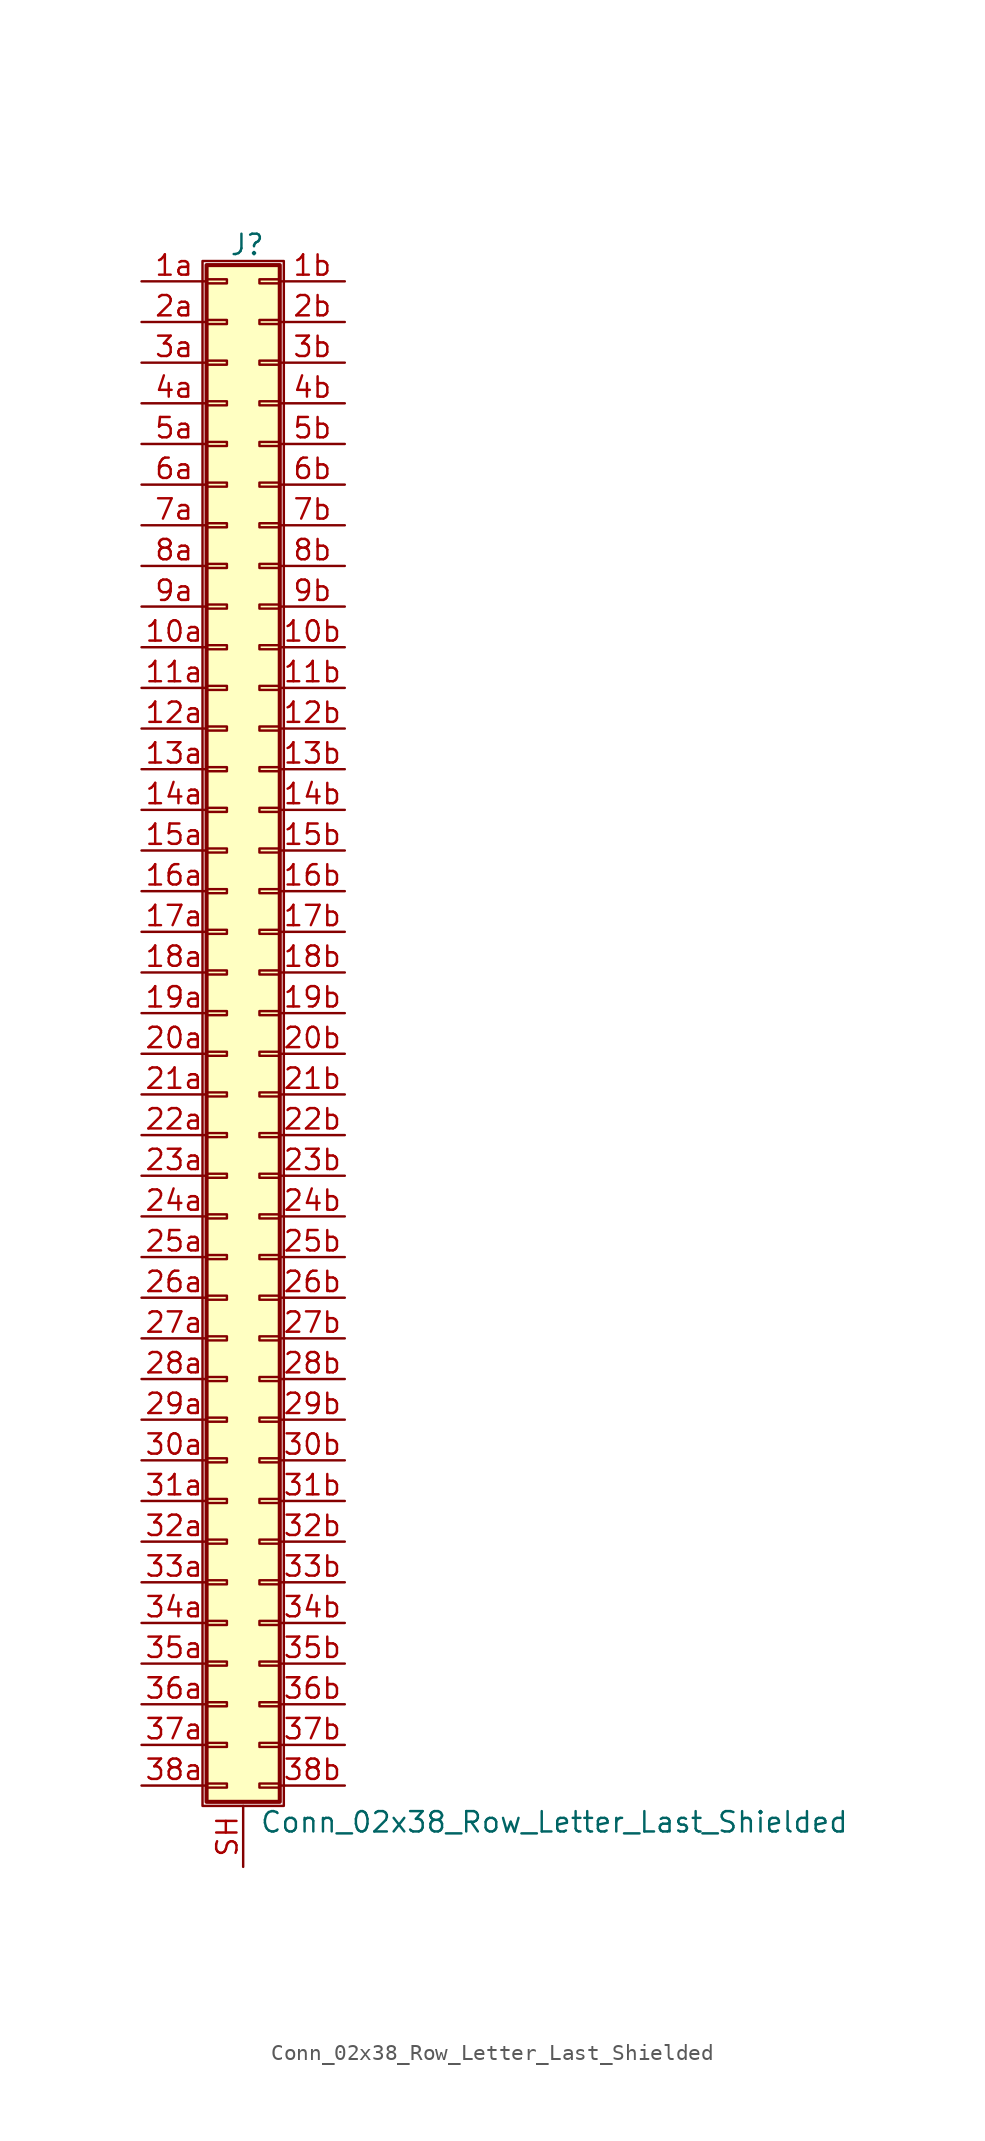
<source format=kicad_sym>
(kicad_symbol_lib
  (version 20211014)
  (generator kicad_symbol_editor)
  (symbol "Conn_02x38_Row_Letter_Last_Shielded"
    (pin_names
      (offset 1.016) hide)
    (property "Reference" "J"
      (at 1.524 48.006 0)
      (effects (font (size 1.27 1.27))))
    (property "Value" "Conn_02x38_Row_Letter_Last_Shielded"
      (at 2.286 -50.546 0)
      (effects (font (size 1.27 1.27)) (justify left)))
    (symbol "Conn_02x38_Row_Letter_Last_Shielded_1_1"
      (rectangle (start -1.27 46.99) (end 3.81 -49.53) (stroke (width 0.152) (type default) (color 0 0 0 0)) (fill (type none)))
      (rectangle (start -1.016 -48.133) (end 0.254 -48.387) (stroke (width 0.152) (type default) (color 0 0 0 0)) (fill (type none)))
      (rectangle (start -1.016 -45.593) (end 0.254 -45.847) (stroke (width 0.152) (type default) (color 0 0 0 0)) (fill (type none)))
      (rectangle (start -1.016 -43.053) (end 0.254 -43.307) (stroke (width 0.152) (type default) (color 0 0 0 0)) (fill (type none)))
      (rectangle (start -1.016 -40.513) (end 0.254 -40.767) (stroke (width 0.152) (type default) (color 0 0 0 0)) (fill (type none)))
      (rectangle (start -1.016 -37.973) (end 0.254 -38.227) (stroke (width 0.152) (type default) (color 0 0 0 0)) (fill (type none)))
      (rectangle (start -1.016 -35.433) (end 0.254 -35.687) (stroke (width 0.152) (type default) (color 0 0 0 0)) (fill (type none)))
      (rectangle (start -1.016 -32.893) (end 0.254 -33.147) (stroke (width 0.152) (type default) (color 0 0 0 0)) (fill (type none)))
      (rectangle (start -1.016 -30.353) (end 0.254 -30.607) (stroke (width 0.152) (type default) (color 0 0 0 0)) (fill (type none)))
      (rectangle (start -1.016 -27.813) (end 0.254 -28.067) (stroke (width 0.152) (type default) (color 0 0 0 0)) (fill (type none)))
      (rectangle (start -1.016 -25.273) (end 0.254 -25.527) (stroke (width 0.152) (type default) (color 0 0 0 0)) (fill (type none)))
      (rectangle (start -1.016 -22.733) (end 0.254 -22.987) (stroke (width 0.152) (type default) (color 0 0 0 0)) (fill (type none)))
      (rectangle (start -1.016 -20.193) (end 0.254 -20.447) (stroke (width 0.152) (type default) (color 0 0 0 0)) (fill (type none)))
      (rectangle (start -1.016 -17.653) (end 0.254 -17.907) (stroke (width 0.152) (type default) (color 0 0 0 0)) (fill (type none)))
      (rectangle (start -1.016 -15.113) (end 0.254 -15.367) (stroke (width 0.152) (type default) (color 0 0 0 0)) (fill (type none)))
      (rectangle (start -1.016 -12.573) (end 0.254 -12.827) (stroke (width 0.152) (type default) (color 0 0 0 0)) (fill (type none)))
      (rectangle (start -1.016 -10.033) (end 0.254 -10.287) (stroke (width 0.152) (type default) (color 0 0 0 0)) (fill (type none)))
      (rectangle (start -1.016 -7.493) (end 0.254 -7.747) (stroke (width 0.152) (type default) (color 0 0 0 0)) (fill (type none)))
      (rectangle (start -1.016 -4.953) (end 0.254 -5.207) (stroke (width 0.152) (type default) (color 0 0 0 0)) (fill (type none)))
      (rectangle (start -1.016 -2.413) (end 0.254 -2.667) (stroke (width 0.152) (type default) (color 0 0 0 0)) (fill (type none)))
      (rectangle (start -1.016 0.127) (end 0.254 -0.127) (stroke (width 0.152) (type default) (color 0 0 0 0)) (fill (type none)))
      (rectangle (start -1.016 2.667) (end 0.254 2.413) (stroke (width 0.152) (type default) (color 0 0 0 0)) (fill (type none)))
      (rectangle (start -1.016 5.207) (end 0.254 4.953) (stroke (width 0.152) (type default) (color 0 0 0 0)) (fill (type none)))
      (rectangle (start -1.016 7.747) (end 0.254 7.493) (stroke (width 0.152) (type default) (color 0 0 0 0)) (fill (type none)))
      (rectangle (start -1.016 10.287) (end 0.254 10.033) (stroke (width 0.152) (type default) (color 0 0 0 0)) (fill (type none)))
      (rectangle (start -1.016 12.827) (end 0.254 12.573) (stroke (width 0.152) (type default) (color 0 0 0 0)) (fill (type none)))
      (rectangle (start -1.016 15.367) (end 0.254 15.113) (stroke (width 0.152) (type default) (color 0 0 0 0)) (fill (type none)))
      (rectangle (start -1.016 17.907) (end 0.254 17.653) (stroke (width 0.152) (type default) (color 0 0 0 0)) (fill (type none)))
      (rectangle (start -1.016 20.447) (end 0.254 20.193) (stroke (width 0.152) (type default) (color 0 0 0 0)) (fill (type none)))
      (rectangle (start -1.016 22.987) (end 0.254 22.733) (stroke (width 0.152) (type default) (color 0 0 0 0)) (fill (type none)))
      (rectangle (start -1.016 25.527) (end 0.254 25.273) (stroke (width 0.152) (type default) (color 0 0 0 0)) (fill (type none)))
      (rectangle (start -1.016 28.067) (end 0.254 27.813) (stroke (width 0.152) (type default) (color 0 0 0 0)) (fill (type none)))
      (rectangle (start -1.016 30.607) (end 0.254 30.353) (stroke (width 0.152) (type default) (color 0 0 0 0)) (fill (type none)))
      (rectangle (start -1.016 33.147) (end 0.254 32.893) (stroke (width 0.152) (type default) (color 0 0 0 0)) (fill (type none)))
      (rectangle (start -1.016 35.687) (end 0.254 35.433) (stroke (width 0.152) (type default) (color 0 0 0 0)) (fill (type none)))
      (rectangle (start -1.016 38.227) (end 0.254 37.973) (stroke (width 0.152) (type default) (color 0 0 0 0)) (fill (type none)))
      (rectangle (start -1.016 40.767) (end 0.254 40.513) (stroke (width 0.152) (type default) (color 0 0 0 0)) (fill (type none)))
      (rectangle (start -1.016 43.307) (end 0.254 43.053) (stroke (width 0.152) (type default) (color 0 0 0 0)) (fill (type none)))
      (rectangle (start -1.016 45.847) (end 0.254 45.593) (stroke (width 0.152) (type default) (color 0 0 0 0)) (fill (type none)))
      (rectangle (start -1.016 46.736) (end 3.556 -49.276) (stroke (width 0.254) (type default) (color 0 0 0 0)) (fill (type background)))
      (rectangle (start 3.556 -48.133) (end 2.286 -48.387) (stroke (width 0.152) (type default) (color 0 0 0 0)) (fill (type none)))
      (rectangle (start 3.556 -45.593) (end 2.286 -45.847) (stroke (width 0.152) (type default) (color 0 0 0 0)) (fill (type none)))
      (rectangle (start 3.556 -43.053) (end 2.286 -43.307) (stroke (width 0.152) (type default) (color 0 0 0 0)) (fill (type none)))
      (rectangle (start 3.556 -40.513) (end 2.286 -40.767) (stroke (width 0.152) (type default) (color 0 0 0 0)) (fill (type none)))
      (rectangle (start 3.556 -37.973) (end 2.286 -38.227) (stroke (width 0.152) (type default) (color 0 0 0 0)) (fill (type none)))
      (rectangle (start 3.556 -35.433) (end 2.286 -35.687) (stroke (width 0.152) (type default) (color 0 0 0 0)) (fill (type none)))
      (rectangle (start 3.556 -32.893) (end 2.286 -33.147) (stroke (width 0.152) (type default) (color 0 0 0 0)) (fill (type none)))
      (rectangle (start 3.556 -30.353) (end 2.286 -30.607) (stroke (width 0.152) (type default) (color 0 0 0 0)) (fill (type none)))
      (rectangle (start 3.556 -27.813) (end 2.286 -28.067) (stroke (width 0.152) (type default) (color 0 0 0 0)) (fill (type none)))
      (rectangle (start 3.556 -25.273) (end 2.286 -25.527) (stroke (width 0.152) (type default) (color 0 0 0 0)) (fill (type none)))
      (rectangle (start 3.556 -22.733) (end 2.286 -22.987) (stroke (width 0.152) (type default) (color 0 0 0 0)) (fill (type none)))
      (rectangle (start 3.556 -20.193) (end 2.286 -20.447) (stroke (width 0.152) (type default) (color 0 0 0 0)) (fill (type none)))
      (rectangle (start 3.556 -17.653) (end 2.286 -17.907) (stroke (width 0.152) (type default) (color 0 0 0 0)) (fill (type none)))
      (rectangle (start 3.556 -15.113) (end 2.286 -15.367) (stroke (width 0.152) (type default) (color 0 0 0 0)) (fill (type none)))
      (rectangle (start 3.556 -12.573) (end 2.286 -12.827) (stroke (width 0.152) (type default) (color 0 0 0 0)) (fill (type none)))
      (rectangle (start 3.556 -10.033) (end 2.286 -10.287) (stroke (width 0.152) (type default) (color 0 0 0 0)) (fill (type none)))
      (rectangle (start 3.556 -7.493) (end 2.286 -7.747) (stroke (width 0.152) (type default) (color 0 0 0 0)) (fill (type none)))
      (rectangle (start 3.556 -4.953) (end 2.286 -5.207) (stroke (width 0.152) (type default) (color 0 0 0 0)) (fill (type none)))
      (rectangle (start 3.556 -2.413) (end 2.286 -2.667) (stroke (width 0.152) (type default) (color 0 0 0 0)) (fill (type none)))
      (rectangle (start 3.556 0.127) (end 2.286 -0.127) (stroke (width 0.152) (type default) (color 0 0 0 0)) (fill (type none)))
      (rectangle (start 3.556 2.667) (end 2.286 2.413) (stroke (width 0.152) (type default) (color 0 0 0 0)) (fill (type none)))
      (rectangle (start 3.556 5.207) (end 2.286 4.953) (stroke (width 0.152) (type default) (color 0 0 0 0)) (fill (type none)))
      (rectangle (start 3.556 7.747) (end 2.286 7.493) (stroke (width 0.152) (type default) (color 0 0 0 0)) (fill (type none)))
      (rectangle (start 3.556 10.287) (end 2.286 10.033) (stroke (width 0.152) (type default) (color 0 0 0 0)) (fill (type none)))
      (rectangle (start 3.556 12.827) (end 2.286 12.573) (stroke (width 0.152) (type default) (color 0 0 0 0)) (fill (type none)))
      (rectangle (start 3.556 15.367) (end 2.286 15.113) (stroke (width 0.152) (type default) (color 0 0 0 0)) (fill (type none)))
      (rectangle (start 3.556 17.907) (end 2.286 17.653) (stroke (width 0.152) (type default) (color 0 0 0 0)) (fill (type none)))
      (rectangle (start 3.556 20.447) (end 2.286 20.193) (stroke (width 0.152) (type default) (color 0 0 0 0)) (fill (type none)))
      (rectangle (start 3.556 22.987) (end 2.286 22.733) (stroke (width 0.152) (type default) (color 0 0 0 0)) (fill (type none)))
      (rectangle (start 3.556 25.527) (end 2.286 25.273) (stroke (width 0.152) (type default) (color 0 0 0 0)) (fill (type none)))
      (rectangle (start 3.556 28.067) (end 2.286 27.813) (stroke (width 0.152) (type default) (color 0 0 0 0)) (fill (type none)))
      (rectangle (start 3.556 30.607) (end 2.286 30.353) (stroke (width 0.152) (type default) (color 0 0 0 0)) (fill (type none)))
      (rectangle (start 3.556 33.147) (end 2.286 32.893) (stroke (width 0.152) (type default) (color 0 0 0 0)) (fill (type none)))
      (rectangle (start 3.556 35.687) (end 2.286 35.433) (stroke (width 0.152) (type default) (color 0 0 0 0)) (fill (type none)))
      (rectangle (start 3.556 38.227) (end 2.286 37.973) (stroke (width 0.152) (type default) (color 0 0 0 0)) (fill (type none)))
      (rectangle (start 3.556 40.767) (end 2.286 40.513) (stroke (width 0.152) (type default) (color 0 0 0 0)) (fill (type none)))
      (rectangle (start 3.556 43.307) (end 2.286 43.053) (stroke (width 0.152) (type default) (color 0 0 0 0)) (fill (type none)))
      (rectangle (start 3.556 45.847) (end 2.286 45.593) (stroke (width 0.152) (type default) (color 0 0 0 0)) (fill (type none)))
      (pin passive line (at -5.08 22.86 0) (length 4.064) (name "Pin_10a" (effects (font (size 1.27 1.27)))) (number "10a" (effects (font (size 1.27 1.27)))))
      (pin passive line (at 7.62 22.86 180) (length 4.064) (name "Pin_10b" (effects (font (size 1.27 1.27)))) (number "10b" (effects (font (size 1.27 1.27)))))
      (pin passive line (at -5.08 20.32 0) (length 4.064) (name "Pin_11a" (effects (font (size 1.27 1.27)))) (number "11a" (effects (font (size 1.27 1.27)))))
      (pin passive line (at 7.62 20.32 180) (length 4.064) (name "Pin_11b" (effects (font (size 1.27 1.27)))) (number "11b" (effects (font (size 1.27 1.27)))))
      (pin passive line (at -5.08 17.78 0) (length 4.064) (name "Pin_12a" (effects (font (size 1.27 1.27)))) (number "12a" (effects (font (size 1.27 1.27)))))
      (pin passive line (at 7.62 17.78 180) (length 4.064) (name "Pin_12b" (effects (font (size 1.27 1.27)))) (number "12b" (effects (font (size 1.27 1.27)))))
      (pin passive line (at -5.08 15.24 0) (length 4.064) (name "Pin_13a" (effects (font (size 1.27 1.27)))) (number "13a" (effects (font (size 1.27 1.27)))))
      (pin passive line (at 7.62 15.24 180) (length 4.064) (name "Pin_13b" (effects (font (size 1.27 1.27)))) (number "13b" (effects (font (size 1.27 1.27)))))
      (pin passive line (at -5.08 12.7 0) (length 4.064) (name "Pin_14a" (effects (font (size 1.27 1.27)))) (number "14a" (effects (font (size 1.27 1.27)))))
      (pin passive line (at 7.62 12.7 180) (length 4.064) (name "Pin_14b" (effects (font (size 1.27 1.27)))) (number "14b" (effects (font (size 1.27 1.27)))))
      (pin passive line (at -5.08 10.16 0) (length 4.064) (name "Pin_15a" (effects (font (size 1.27 1.27)))) (number "15a" (effects (font (size 1.27 1.27)))))
      (pin passive line (at 7.62 10.16 180) (length 4.064) (name "Pin_15b" (effects (font (size 1.27 1.27)))) (number "15b" (effects (font (size 1.27 1.27)))))
      (pin passive line (at -5.08 7.62 0) (length 4.064) (name "Pin_16a" (effects (font (size 1.27 1.27)))) (number "16a" (effects (font (size 1.27 1.27)))))
      (pin passive line (at 7.62 7.62 180) (length 4.064) (name "Pin_16b" (effects (font (size 1.27 1.27)))) (number "16b" (effects (font (size 1.27 1.27)))))
      (pin passive line (at -5.08 5.08 0) (length 4.064) (name "Pin_17a" (effects (font (size 1.27 1.27)))) (number "17a" (effects (font (size 1.27 1.27)))))
      (pin passive line (at 7.62 5.08 180) (length 4.064) (name "Pin_17b" (effects (font (size 1.27 1.27)))) (number "17b" (effects (font (size 1.27 1.27)))))
      (pin passive line (at -5.08 2.54 0) (length 4.064) (name "Pin_18a" (effects (font (size 1.27 1.27)))) (number "18a" (effects (font (size 1.27 1.27)))))
      (pin passive line (at 7.62 2.54 180) (length 4.064) (name "Pin_18b" (effects (font (size 1.27 1.27)))) (number "18b" (effects (font (size 1.27 1.27)))))
      (pin passive line (at -5.08 0 0) (length 4.064) (name "Pin_19a" (effects (font (size 1.27 1.27)))) (number "19a" (effects (font (size 1.27 1.27)))))
      (pin passive line (at 7.62 0 180) (length 4.064) (name "Pin_19b" (effects (font (size 1.27 1.27)))) (number "19b" (effects (font (size 1.27 1.27)))))
      (pin passive line (at -5.08 45.72 0) (length 4.064) (name "Pin_1a" (effects (font (size 1.27 1.27)))) (number "1a" (effects (font (size 1.27 1.27)))))
      (pin passive line (at 7.62 45.72 180) (length 4.064) (name "Pin_1b" (effects (font (size 1.27 1.27)))) (number "1b" (effects (font (size 1.27 1.27)))))
      (pin passive line (at -5.08 -2.54 0) (length 4.064) (name "Pin_20a" (effects (font (size 1.27 1.27)))) (number "20a" (effects (font (size 1.27 1.27)))))
      (pin passive line (at 7.62 -2.54 180) (length 4.064) (name "Pin_20b" (effects (font (size 1.27 1.27)))) (number "20b" (effects (font (size 1.27 1.27)))))
      (pin passive line (at -5.08 -5.08 0) (length 4.064) (name "Pin_21a" (effects (font (size 1.27 1.27)))) (number "21a" (effects (font (size 1.27 1.27)))))
      (pin passive line (at 7.62 -5.08 180) (length 4.064) (name "Pin_21b" (effects (font (size 1.27 1.27)))) (number "21b" (effects (font (size 1.27 1.27)))))
      (pin passive line (at -5.08 -7.62 0) (length 4.064) (name "Pin_22a" (effects (font (size 1.27 1.27)))) (number "22a" (effects (font (size 1.27 1.27)))))
      (pin passive line (at 7.62 -7.62 180) (length 4.064) (name "Pin_22b" (effects (font (size 1.27 1.27)))) (number "22b" (effects (font (size 1.27 1.27)))))
      (pin passive line (at -5.08 -10.16 0) (length 4.064) (name "Pin_23a" (effects (font (size 1.27 1.27)))) (number "23a" (effects (font (size 1.27 1.27)))))
      (pin passive line (at 7.62 -10.16 180) (length 4.064) (name "Pin_23b" (effects (font (size 1.27 1.27)))) (number "23b" (effects (font (size 1.27 1.27)))))
      (pin passive line (at -5.08 -12.7 0) (length 4.064) (name "Pin_24a" (effects (font (size 1.27 1.27)))) (number "24a" (effects (font (size 1.27 1.27)))))
      (pin passive line (at 7.62 -12.7 180) (length 4.064) (name "Pin_24b" (effects (font (size 1.27 1.27)))) (number "24b" (effects (font (size 1.27 1.27)))))
      (pin passive line (at -5.08 -15.24 0) (length 4.064) (name "Pin_25a" (effects (font (size 1.27 1.27)))) (number "25a" (effects (font (size 1.27 1.27)))))
      (pin passive line (at 7.62 -15.24 180) (length 4.064) (name "Pin_25b" (effects (font (size 1.27 1.27)))) (number "25b" (effects (font (size 1.27 1.27)))))
      (pin passive line (at -5.08 -17.78 0) (length 4.064) (name "Pin_26a" (effects (font (size 1.27 1.27)))) (number "26a" (effects (font (size 1.27 1.27)))))
      (pin passive line (at 7.62 -17.78 180) (length 4.064) (name "Pin_26b" (effects (font (size 1.27 1.27)))) (number "26b" (effects (font (size 1.27 1.27)))))
      (pin passive line (at -5.08 -20.32 0) (length 4.064) (name "Pin_27a" (effects (font (size 1.27 1.27)))) (number "27a" (effects (font (size 1.27 1.27)))))
      (pin passive line (at 7.62 -20.32 180) (length 4.064) (name "Pin_27b" (effects (font (size 1.27 1.27)))) (number "27b" (effects (font (size 1.27 1.27)))))
      (pin passive line (at -5.08 -22.86 0) (length 4.064) (name "Pin_28a" (effects (font (size 1.27 1.27)))) (number "28a" (effects (font (size 1.27 1.27)))))
      (pin passive line (at 7.62 -22.86 180) (length 4.064) (name "Pin_28b" (effects (font (size 1.27 1.27)))) (number "28b" (effects (font (size 1.27 1.27)))))
      (pin passive line (at -5.08 -25.4 0) (length 4.064) (name "Pin_29a" (effects (font (size 1.27 1.27)))) (number "29a" (effects (font (size 1.27 1.27)))))
      (pin passive line (at 7.62 -25.4 180) (length 4.064) (name "Pin_29b" (effects (font (size 1.27 1.27)))) (number "29b" (effects (font (size 1.27 1.27)))))
      (pin passive line (at -5.08 43.18 0) (length 4.064) (name "Pin_2a" (effects (font (size 1.27 1.27)))) (number "2a" (effects (font (size 1.27 1.27)))))
      (pin passive line (at 7.62 43.18 180) (length 4.064) (name "Pin_2b" (effects (font (size 1.27 1.27)))) (number "2b" (effects (font (size 1.27 1.27)))))
      (pin passive line (at -5.08 -27.94 0) (length 4.064) (name "Pin_30a" (effects (font (size 1.27 1.27)))) (number "30a" (effects (font (size 1.27 1.27)))))
      (pin passive line (at 7.62 -27.94 180) (length 4.064) (name "Pin_30b" (effects (font (size 1.27 1.27)))) (number "30b" (effects (font (size 1.27 1.27)))))
      (pin passive line (at -5.08 -30.48 0) (length 4.064) (name "Pin_31a" (effects (font (size 1.27 1.27)))) (number "31a" (effects (font (size 1.27 1.27)))))
      (pin passive line (at 7.62 -30.48 180) (length 4.064) (name "Pin_31b" (effects (font (size 1.27 1.27)))) (number "31b" (effects (font (size 1.27 1.27)))))
      (pin passive line (at -5.08 -33.02 0) (length 4.064) (name "Pin_32a" (effects (font (size 1.27 1.27)))) (number "32a" (effects (font (size 1.27 1.27)))))
      (pin passive line (at 7.62 -33.02 180) (length 4.064) (name "Pin_32b" (effects (font (size 1.27 1.27)))) (number "32b" (effects (font (size 1.27 1.27)))))
      (pin passive line (at -5.08 -35.56 0) (length 4.064) (name "Pin_33a" (effects (font (size 1.27 1.27)))) (number "33a" (effects (font (size 1.27 1.27)))))
      (pin passive line (at 7.62 -35.56 180) (length 4.064) (name "Pin_33b" (effects (font (size 1.27 1.27)))) (number "33b" (effects (font (size 1.27 1.27)))))
      (pin passive line (at -5.08 -38.1 0) (length 4.064) (name "Pin_34a" (effects (font (size 1.27 1.27)))) (number "34a" (effects (font (size 1.27 1.27)))))
      (pin passive line (at 7.62 -38.1 180) (length 4.064) (name "Pin_34b" (effects (font (size 1.27 1.27)))) (number "34b" (effects (font (size 1.27 1.27)))))
      (pin passive line (at -5.08 -40.64 0) (length 4.064) (name "Pin_35a" (effects (font (size 1.27 1.27)))) (number "35a" (effects (font (size 1.27 1.27)))))
      (pin passive line (at 7.62 -40.64 180) (length 4.064) (name "Pin_35b" (effects (font (size 1.27 1.27)))) (number "35b" (effects (font (size 1.27 1.27)))))
      (pin passive line (at -5.08 -43.18 0) (length 4.064) (name "Pin_36a" (effects (font (size 1.27 1.27)))) (number "36a" (effects (font (size 1.27 1.27)))))
      (pin passive line (at 7.62 -43.18 180) (length 4.064) (name "Pin_36b" (effects (font (size 1.27 1.27)))) (number "36b" (effects (font (size 1.27 1.27)))))
      (pin passive line (at -5.08 -45.72 0) (length 4.064) (name "Pin_37a" (effects (font (size 1.27 1.27)))) (number "37a" (effects (font (size 1.27 1.27)))))
      (pin passive line (at 7.62 -45.72 180) (length 4.064) (name "Pin_37b" (effects (font (size 1.27 1.27)))) (number "37b" (effects (font (size 1.27 1.27)))))
      (pin passive line (at -5.08 -48.26 0) (length 4.064) (name "Pin_38a" (effects (font (size 1.27 1.27)))) (number "38a" (effects (font (size 1.27 1.27)))))
      (pin passive line (at 7.62 -48.26 180) (length 4.064) (name "Pin_38b" (effects (font (size 1.27 1.27)))) (number "38b" (effects (font (size 1.27 1.27)))))
      (pin passive line (at -5.08 40.64 0) (length 4.064) (name "Pin_3a" (effects (font (size 1.27 1.27)))) (number "3a" (effects (font (size 1.27 1.27)))))
      (pin passive line (at 7.62 40.64 180) (length 4.064) (name "Pin_3b" (effects (font (size 1.27 1.27)))) (number "3b" (effects (font (size 1.27 1.27)))))
      (pin passive line (at -5.08 38.1 0) (length 4.064) (name "Pin_4a" (effects (font (size 1.27 1.27)))) (number "4a" (effects (font (size 1.27 1.27)))))
      (pin passive line (at 7.62 38.1 180) (length 4.064) (name "Pin_4b" (effects (font (size 1.27 1.27)))) (number "4b" (effects (font (size 1.27 1.27)))))
      (pin passive line (at -5.08 35.56 0) (length 4.064) (name "Pin_5a" (effects (font (size 1.27 1.27)))) (number "5a" (effects (font (size 1.27 1.27)))))
      (pin passive line (at 7.62 35.56 180) (length 4.064) (name "Pin_5b" (effects (font (size 1.27 1.27)))) (number "5b" (effects (font (size 1.27 1.27)))))
      (pin passive line (at -5.08 33.02 0) (length 4.064) (name "Pin_6a" (effects (font (size 1.27 1.27)))) (number "6a" (effects (font (size 1.27 1.27)))))
      (pin passive line (at 7.62 33.02 180) (length 4.064) (name "Pin_6b" (effects (font (size 1.27 1.27)))) (number "6b" (effects (font (size 1.27 1.27)))))
      (pin passive line (at -5.08 30.48 0) (length 4.064) (name "Pin_7a" (effects (font (size 1.27 1.27)))) (number "7a" (effects (font (size 1.27 1.27)))))
      (pin passive line (at 7.62 30.48 180) (length 4.064) (name "Pin_7b" (effects (font (size 1.27 1.27)))) (number "7b" (effects (font (size 1.27 1.27)))))
      (pin passive line (at -5.08 27.94 0) (length 4.064) (name "Pin_8a" (effects (font (size 1.27 1.27)))) (number "8a" (effects (font (size 1.27 1.27)))))
      (pin passive line (at 7.62 27.94 180) (length 4.064) (name "Pin_8b" (effects (font (size 1.27 1.27)))) (number "8b" (effects (font (size 1.27 1.27)))))
      (pin passive line (at -5.08 25.4 0) (length 4.064) (name "Pin_9a" (effects (font (size 1.27 1.27)))) (number "9a" (effects (font (size 1.27 1.27)))))
      (pin passive line (at 7.62 25.4 180) (length 4.064) (name "Pin_9b" (effects (font (size 1.27 1.27)))) (number "9b" (effects (font (size 1.27 1.27)))))
      (pin passive line (at 1.27 -53.34 90) (length 3.81) (name "Shield" (effects (font (size 1.27 1.27)))) (number "SH" (effects (font (size 1.27 1.27))))))))
</source>
